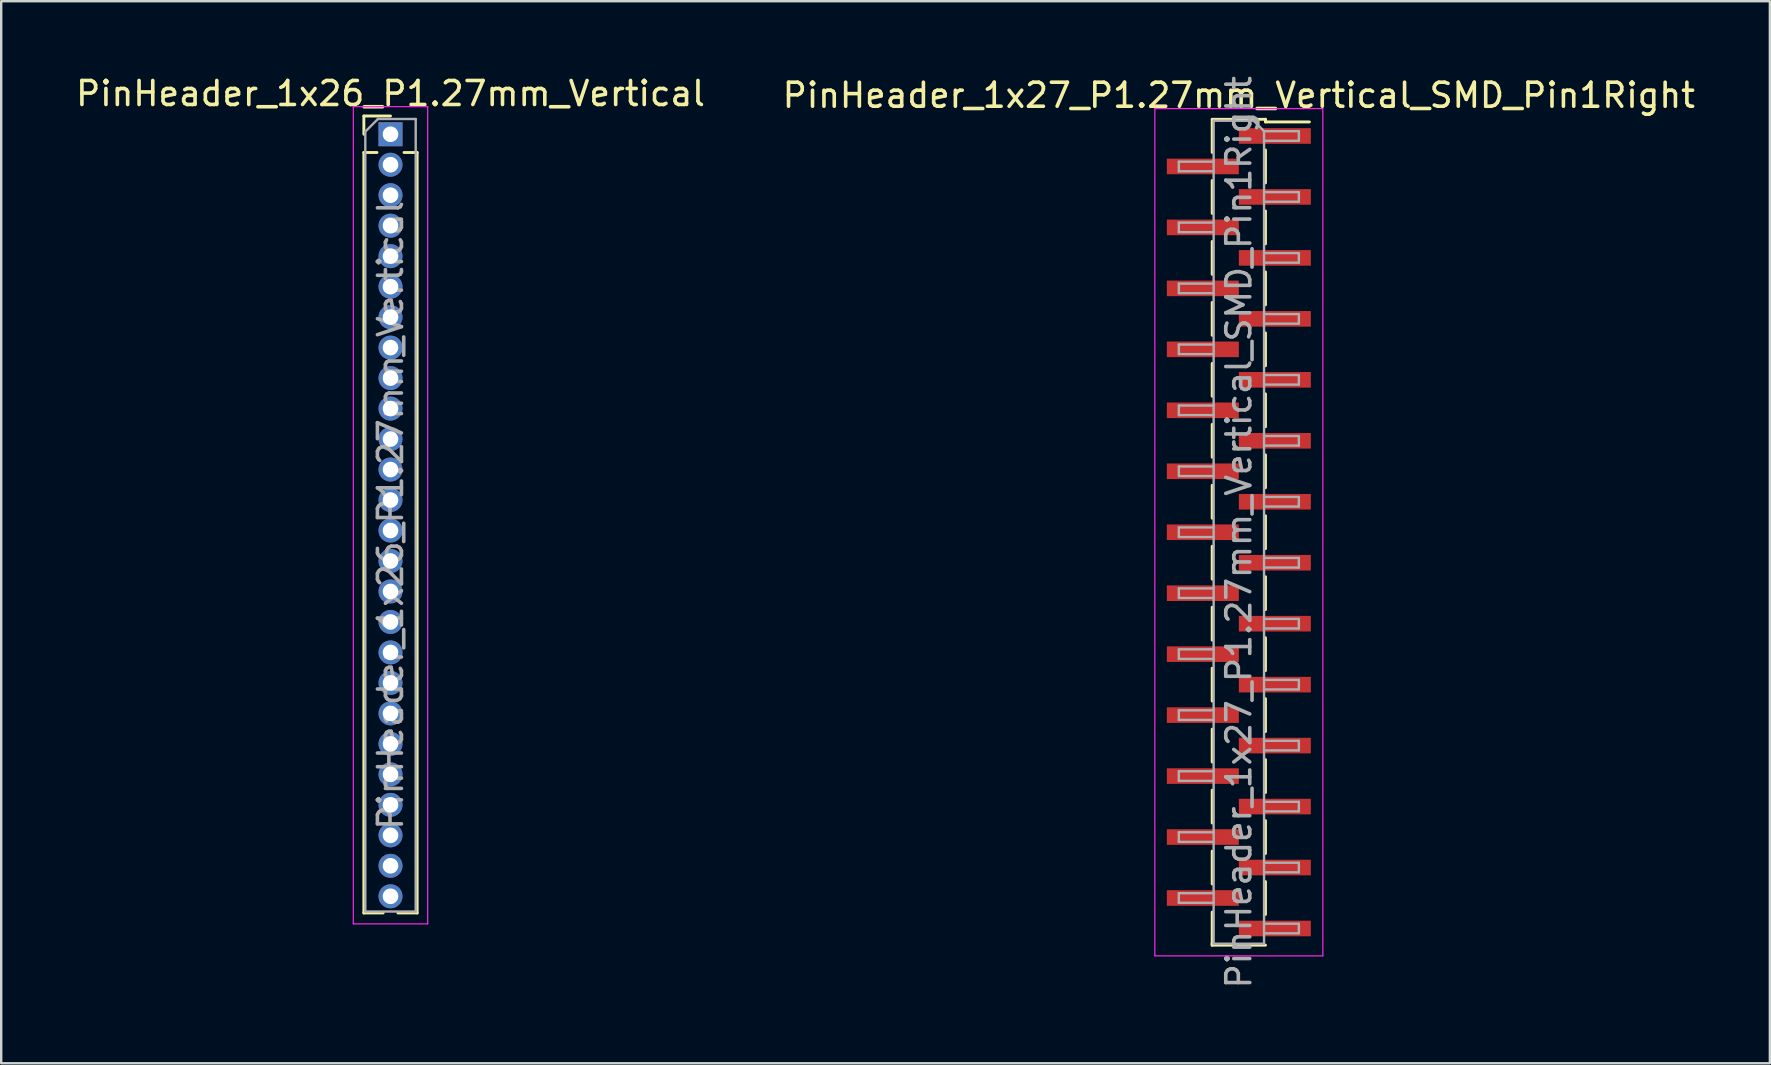
<source format=kicad_pcb>
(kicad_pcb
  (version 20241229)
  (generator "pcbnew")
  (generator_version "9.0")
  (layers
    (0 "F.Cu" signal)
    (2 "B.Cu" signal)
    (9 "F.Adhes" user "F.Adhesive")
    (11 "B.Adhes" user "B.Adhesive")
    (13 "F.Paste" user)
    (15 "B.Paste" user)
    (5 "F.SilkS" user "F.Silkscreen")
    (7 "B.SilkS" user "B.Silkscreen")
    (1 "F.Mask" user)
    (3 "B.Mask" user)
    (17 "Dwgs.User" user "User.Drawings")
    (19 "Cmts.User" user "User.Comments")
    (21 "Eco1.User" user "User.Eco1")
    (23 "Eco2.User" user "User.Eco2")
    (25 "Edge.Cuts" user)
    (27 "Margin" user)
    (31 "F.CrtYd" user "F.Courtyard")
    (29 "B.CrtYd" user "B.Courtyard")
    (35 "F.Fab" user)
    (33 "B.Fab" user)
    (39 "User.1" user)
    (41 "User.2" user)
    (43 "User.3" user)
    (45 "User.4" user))
  (footprint "PinHeader_1x26_P1.27mm_Vertical"
    (layer "F.Cu")
    (at 13.22 2.543)
    (property "Reference" "PinHeader_1x26_P1.27mm_Vertical" (at 0 -1.695 0) (layer "F.SilkS") (effects (font (size 1 1) (thickness 0.15))))
    (attr through_hole)
    (fp_line (start -1.11 -0.76) (end 0 -0.76) (stroke (width 0.12) (type solid)) (layer "F.SilkS"))
    (fp_line (start -1.11 0) (end -1.11 -0.76) (stroke (width 0.12) (type solid)) (layer "F.SilkS"))
    (fp_line (start -1.11 0.76) (end -1.11 32.445) (stroke (width 0.12) (type solid)) (layer "F.SilkS"))
    (fp_line (start -1.11 0.76) (end -0.563 0.76) (stroke (width 0.12) (type solid)) (layer "F.SilkS"))
    (fp_line (start -1.11 32.445) (end -0.308 32.445) (stroke (width 0.12) (type solid)) (layer "F.SilkS"))
    (fp_line (start 0.308 32.445) (end 1.11 32.445) (stroke (width 0.12) (type solid)) (layer "F.SilkS"))
    (fp_line (start 0.563 0.76) (end 1.11 0.76) (stroke (width 0.12) (type solid)) (layer "F.SilkS"))
    (fp_line (start 1.11 0.76) (end 1.11 32.445) (stroke (width 0.12) (type solid)) (layer "F.SilkS"))
    (fp_line (start -1.55 -1.15) (end -1.55 32.9) (stroke (width 0.05) (type solid)) (layer "F.CrtYd"))
    (fp_line (start -1.55 32.9) (end 1.55 32.9) (stroke (width 0.05) (type solid)) (layer "F.CrtYd"))
    (fp_line (start 1.55 -1.15) (end -1.55 -1.15) (stroke (width 0.05) (type solid)) (layer "F.CrtYd"))
    (fp_line (start 1.55 32.9) (end 1.55 -1.15) (stroke (width 0.05) (type solid)) (layer "F.CrtYd"))
    (fp_line (start -1.05 -0.11) (end -0.525 -0.635) (stroke (width 0.1) (type solid)) (layer "F.Fab"))
    (fp_line (start -1.05 32.385) (end -1.05 -0.11) (stroke (width 0.1) (type solid)) (layer "F.Fab"))
    (fp_line (start -0.525 -0.635) (end 1.05 -0.635) (stroke (width 0.1) (type solid)) (layer "F.Fab"))
    (fp_line (start 1.05 -0.635) (end 1.05 32.385) (stroke (width 0.1) (type solid)) (layer "F.Fab"))
    (fp_line (start 1.05 32.385) (end -1.05 32.385) (stroke (width 0.1) (type solid)) (layer "F.Fab"))
    (fp_text user "${REFERENCE}" (at 0 15.875 90) (layer "F.Fab") (effects (font (size 1 1) (thickness 0.15))))
    (pad "1" thru_hole rect (at 0 0) (size 1 1) (drill 0.65) (layers "*.Cu" "*.Mask"))
    (pad "2" thru_hole oval (at 0 1.27) (size 1 1) (drill 0.65) (layers "*.Cu" "*.Mask"))
    (pad "3" thru_hole oval (at 0 2.54) (size 1 1) (drill 0.65) (layers "*.Cu" "*.Mask"))
    (pad "4" thru_hole oval (at 0 3.81) (size 1 1) (drill 0.65) (layers "*.Cu" "*.Mask"))
    (pad "5" thru_hole oval (at 0 5.08) (size 1 1) (drill 0.65) (layers "*.Cu" "*.Mask"))
    (pad "6" thru_hole oval (at 0 6.35) (size 1 1) (drill 0.65) (layers "*.Cu" "*.Mask"))
    (pad "7" thru_hole oval (at 0 7.62) (size 1 1) (drill 0.65) (layers "*.Cu" "*.Mask"))
    (pad "8" thru_hole oval (at 0 8.89) (size 1 1) (drill 0.65) (layers "*.Cu" "*.Mask"))
    (pad "9" thru_hole oval (at 0 10.16) (size 1 1) (drill 0.65) (layers "*.Cu" "*.Mask"))
    (pad "10" thru_hole oval (at 0 11.43) (size 1 1) (drill 0.65) (layers "*.Cu" "*.Mask"))
    (pad "11" thru_hole oval (at 0 12.7) (size 1 1) (drill 0.65) (layers "*.Cu" "*.Mask"))
    (pad "12" thru_hole oval (at 0 13.97) (size 1 1) (drill 0.65) (layers "*.Cu" "*.Mask"))
    (pad "13" thru_hole oval (at 0 15.24) (size 1 1) (drill 0.65) (layers "*.Cu" "*.Mask"))
    (pad "14" thru_hole oval (at 0 16.51) (size 1 1) (drill 0.65) (layers "*.Cu" "*.Mask"))
    (pad "15" thru_hole oval (at 0 17.78) (size 1 1) (drill 0.65) (layers "*.Cu" "*.Mask"))
    (pad "16" thru_hole oval (at 0 19.05) (size 1 1) (drill 0.65) (layers "*.Cu" "*.Mask"))
    (pad "17" thru_hole oval (at 0 20.32) (size 1 1) (drill 0.65) (layers "*.Cu" "*.Mask"))
    (pad "18" thru_hole oval (at 0 21.59) (size 1 1) (drill 0.65) (layers "*.Cu" "*.Mask"))
    (pad "19" thru_hole oval (at 0 22.86) (size 1 1) (drill 0.65) (layers "*.Cu" "*.Mask"))
    (pad "20" thru_hole oval (at 0 24.13) (size 1 1) (drill 0.65) (layers "*.Cu" "*.Mask"))
    (pad "21" thru_hole oval (at 0 25.4) (size 1 1) (drill 0.65) (layers "*.Cu" "*.Mask"))
    (pad "22" thru_hole oval (at 0 26.67) (size 1 1) (drill 0.65) (layers "*.Cu" "*.Mask"))
    (pad "23" thru_hole oval (at 0 27.94) (size 1 1) (drill 0.65) (layers "*.Cu" "*.Mask"))
    (pad "24" thru_hole oval (at 0 29.21) (size 1 1) (drill 0.65) (layers "*.Cu" "*.Mask"))
    (pad "25" thru_hole oval (at 0 30.48) (size 1 1) (drill 0.65) (layers "*.Cu" "*.Mask"))
    (pad "26" thru_hole oval (at 0 31.75) (size 1 1) (drill 0.65) (layers "*.Cu" "*.Mask")))
  (footprint "PinHeader_1x27_P1.27mm_Vertical_SMD_Pin1Right"
    (layer "F.Cu")
    (at 48.565 19.125)
    (property "Reference" "PinHeader_1x27_P1.27mm_Vertical_SMD_Pin1Right" (at 0 -18.205 0) (layer "F.SilkS") (effects (font (size 1 1) (thickness 0.15))))
    (attr smd)
    (fp_line (start -1.11 -17.205) (end 1.11 -17.205) (stroke (width 0.12) (type solid)) (layer "F.SilkS"))
    (fp_line (start -1.11 -17.195) (end -1.11 -15.825) (stroke (width 0.12) (type solid)) (layer "F.SilkS"))
    (fp_line (start -1.11 -14.655) (end -1.11 -13.285) (stroke (width 0.12) (type solid)) (layer "F.SilkS"))
    (fp_line (start -1.11 -12.115) (end -1.11 -10.745) (stroke (width 0.12) (type solid)) (layer "F.SilkS"))
    (fp_line (start -1.11 -9.575) (end -1.11 -8.205) (stroke (width 0.12) (type solid)) (layer "F.SilkS"))
    (fp_line (start -1.11 -7.035) (end -1.11 -5.665) (stroke (width 0.12) (type solid)) (layer "F.SilkS"))
    (fp_line (start -1.11 -4.495) (end -1.11 -3.125) (stroke (width 0.12) (type solid)) (layer "F.SilkS"))
    (fp_line (start -1.11 -1.955) (end -1.11 -0.585) (stroke (width 0.12) (type solid)) (layer "F.SilkS"))
    (fp_line (start -1.11 0.585) (end -1.11 1.955) (stroke (width 0.12) (type solid)) (layer "F.SilkS"))
    (fp_line (start -1.11 3.125) (end -1.11 4.495) (stroke (width 0.12) (type solid)) (layer "F.SilkS"))
    (fp_line (start -1.11 5.665) (end -1.11 7.035) (stroke (width 0.12) (type solid)) (layer "F.SilkS"))
    (fp_line (start -1.11 8.205) (end -1.11 9.575) (stroke (width 0.12) (type solid)) (layer "F.SilkS"))
    (fp_line (start -1.11 10.745) (end -1.11 12.115) (stroke (width 0.12) (type solid)) (layer "F.SilkS"))
    (fp_line (start -1.11 13.285) (end -1.11 14.655) (stroke (width 0.12) (type solid)) (layer "F.SilkS"))
    (fp_line (start -1.11 15.825) (end -1.11 17.195) (stroke (width 0.12) (type solid)) (layer "F.SilkS"))
    (fp_line (start -1.11 17.095) (end -1.11 17.205) (stroke (width 0.12) (type solid)) (layer "F.SilkS"))
    (fp_line (start -1.11 17.205) (end 1.11 17.205) (stroke (width 0.12) (type solid)) (layer "F.SilkS"))
    (fp_line (start 1.11 -17.205) (end 1.11 -17.095) (stroke (width 0.12) (type solid)) (layer "F.SilkS"))
    (fp_line (start 1.11 -17.095) (end 2.94 -17.095) (stroke (width 0.12) (type solid)) (layer "F.SilkS"))
    (fp_line (start 1.11 -15.925) (end 1.11 -14.555) (stroke (width 0.12) (type solid)) (layer "F.SilkS"))
    (fp_line (start 1.11 -13.385) (end 1.11 -12.015) (stroke (width 0.12) (type solid)) (layer "F.SilkS"))
    (fp_line (start 1.11 -10.845) (end 1.11 -9.475) (stroke (width 0.12) (type solid)) (layer "F.SilkS"))
    (fp_line (start 1.11 -8.305) (end 1.11 -6.935) (stroke (width 0.12) (type solid)) (layer "F.SilkS"))
    (fp_line (start 1.11 -5.765) (end 1.11 -4.395) (stroke (width 0.12) (type solid)) (layer "F.SilkS"))
    (fp_line (start 1.11 -3.225) (end 1.11 -1.855) (stroke (width 0.12) (type solid)) (layer "F.SilkS"))
    (fp_line (start 1.11 -0.685) (end 1.11 0.685) (stroke (width 0.12) (type solid)) (layer "F.SilkS"))
    (fp_line (start 1.11 1.855) (end 1.11 3.225) (stroke (width 0.12) (type solid)) (layer "F.SilkS"))
    (fp_line (start 1.11 4.395) (end 1.11 5.765) (stroke (width 0.12) (type solid)) (layer "F.SilkS"))
    (fp_line (start 1.11 6.935) (end 1.11 8.305) (stroke (width 0.12) (type solid)) (layer "F.SilkS"))
    (fp_line (start 1.11 9.475) (end 1.11 10.845) (stroke (width 0.12) (type solid)) (layer "F.SilkS"))
    (fp_line (start 1.11 12.015) (end 1.11 13.385) (stroke (width 0.12) (type solid)) (layer "F.SilkS"))
    (fp_line (start 1.11 14.555) (end 1.11 15.925) (stroke (width 0.12) (type solid)) (layer "F.SilkS"))
    (fp_line (start -3.5 -17.65) (end -3.5 17.65) (stroke (width 0.05) (type solid)) (layer "F.CrtYd"))
    (fp_line (start -3.5 17.65) (end 3.5 17.65) (stroke (width 0.05) (type solid)) (layer "F.CrtYd"))
    (fp_line (start 3.5 -17.65) (end -3.5 -17.65) (stroke (width 0.05) (type solid)) (layer "F.CrtYd"))
    (fp_line (start 3.5 17.65) (end 3.5 -17.65) (stroke (width 0.05) (type solid)) (layer "F.CrtYd"))
    (fp_line (start -2.5 -15.44) (end -2.5 -15.04) (stroke (width 0.1) (type solid)) (layer "F.Fab"))
    (fp_line (start -2.5 -15.04) (end -1.05 -15.04) (stroke (width 0.1) (type solid)) (layer "F.Fab"))
    (fp_line (start -2.5 -12.9) (end -2.5 -12.5) (stroke (width 0.1) (type solid)) (layer "F.Fab"))
    (fp_line (start -2.5 -12.5) (end -1.05 -12.5) (stroke (width 0.1) (type solid)) (layer "F.Fab"))
    (fp_line (start -2.5 -10.36) (end -2.5 -9.96) (stroke (width 0.1) (type solid)) (layer "F.Fab"))
    (fp_line (start -2.5 -9.96) (end -1.05 -9.96) (stroke (width 0.1) (type solid)) (layer "F.Fab"))
    (fp_line (start -2.5 -7.82) (end -2.5 -7.42) (stroke (width 0.1) (type solid)) (layer "F.Fab"))
    (fp_line (start -2.5 -7.42) (end -1.05 -7.42) (stroke (width 0.1) (type solid)) (layer "F.Fab"))
    (fp_line (start -2.5 -5.28) (end -2.5 -4.88) (stroke (width 0.1) (type solid)) (layer "F.Fab"))
    (fp_line (start -2.5 -4.88) (end -1.05 -4.88) (stroke (width 0.1) (type solid)) (layer "F.Fab"))
    (fp_line (start -2.5 -2.74) (end -2.5 -2.34) (stroke (width 0.1) (type solid)) (layer "F.Fab"))
    (fp_line (start -2.5 -2.34) (end -1.05 -2.34) (stroke (width 0.1) (type solid)) (layer "F.Fab"))
    (fp_line (start -2.5 -0.2) (end -2.5 0.2) (stroke (width 0.1) (type solid)) (layer "F.Fab"))
    (fp_line (start -2.5 0.2) (end -1.05 0.2) (stroke (width 0.1) (type solid)) (layer "F.Fab"))
    (fp_line (start -2.5 2.34) (end -2.5 2.74) (stroke (width 0.1) (type solid)) (layer "F.Fab"))
    (fp_line (start -2.5 2.74) (end -1.05 2.74) (stroke (width 0.1) (type solid)) (layer "F.Fab"))
    (fp_line (start -2.5 4.88) (end -2.5 5.28) (stroke (width 0.1) (type solid)) (layer "F.Fab"))
    (fp_line (start -2.5 5.28) (end -1.05 5.28) (stroke (width 0.1) (type solid)) (layer "F.Fab"))
    (fp_line (start -2.5 7.42) (end -2.5 7.82) (stroke (width 0.1) (type solid)) (layer "F.Fab"))
    (fp_line (start -2.5 7.82) (end -1.05 7.82) (stroke (width 0.1) (type solid)) (layer "F.Fab"))
    (fp_line (start -2.5 9.96) (end -2.5 10.36) (stroke (width 0.1) (type solid)) (layer "F.Fab"))
    (fp_line (start -2.5 10.36) (end -1.05 10.36) (stroke (width 0.1) (type solid)) (layer "F.Fab"))
    (fp_line (start -2.5 12.5) (end -2.5 12.9) (stroke (width 0.1) (type solid)) (layer "F.Fab"))
    (fp_line (start -2.5 12.9) (end -1.05 12.9) (stroke (width 0.1) (type solid)) (layer "F.Fab"))
    (fp_line (start -2.5 15.04) (end -2.5 15.44) (stroke (width 0.1) (type solid)) (layer "F.Fab"))
    (fp_line (start -2.5 15.44) (end -1.05 15.44) (stroke (width 0.1) (type solid)) (layer "F.Fab"))
    (fp_line (start -1.05 -17.145) (end -1.05 17.145) (stroke (width 0.1) (type solid)) (layer "F.Fab"))
    (fp_line (start -1.05 -17.145) (end 0.615 -17.145) (stroke (width 0.1) (type solid)) (layer "F.Fab"))
    (fp_line (start -1.05 -15.44) (end -2.5 -15.44) (stroke (width 0.1) (type solid)) (layer "F.Fab"))
    (fp_line (start -1.05 -12.9) (end -2.5 -12.9) (stroke (width 0.1) (type solid)) (layer "F.Fab"))
    (fp_line (start -1.05 -10.36) (end -2.5 -10.36) (stroke (width 0.1) (type solid)) (layer "F.Fab"))
    (fp_line (start -1.05 -7.82) (end -2.5 -7.82) (stroke (width 0.1) (type solid)) (layer "F.Fab"))
    (fp_line (start -1.05 -5.28) (end -2.5 -5.28) (stroke (width 0.1) (type solid)) (layer "F.Fab"))
    (fp_line (start -1.05 -2.74) (end -2.5 -2.74) (stroke (width 0.1) (type solid)) (layer "F.Fab"))
    (fp_line (start -1.05 -0.2) (end -2.5 -0.2) (stroke (width 0.1) (type solid)) (layer "F.Fab"))
    (fp_line (start -1.05 2.34) (end -2.5 2.34) (stroke (width 0.1) (type solid)) (layer "F.Fab"))
    (fp_line (start -1.05 4.88) (end -2.5 4.88) (stroke (width 0.1) (type solid)) (layer "F.Fab"))
    (fp_line (start -1.05 7.42) (end -2.5 7.42) (stroke (width 0.1) (type solid)) (layer "F.Fab"))
    (fp_line (start -1.05 9.96) (end -2.5 9.96) (stroke (width 0.1) (type solid)) (layer "F.Fab"))
    (fp_line (start -1.05 12.5) (end -2.5 12.5) (stroke (width 0.1) (type solid)) (layer "F.Fab"))
    (fp_line (start -1.05 15.04) (end -2.5 15.04) (stroke (width 0.1) (type solid)) (layer "F.Fab"))
    (fp_line (start 1.05 -16.71) (end 0.615 -17.145) (stroke (width 0.1) (type solid)) (layer "F.Fab"))
    (fp_line (start 1.05 -16.71) (end 2.5 -16.71) (stroke (width 0.1) (type solid)) (layer "F.Fab"))
    (fp_line (start 1.05 -14.17) (end 2.5 -14.17) (stroke (width 0.1) (type solid)) (layer "F.Fab"))
    (fp_line (start 1.05 -11.63) (end 2.5 -11.63) (stroke (width 0.1) (type solid)) (layer "F.Fab"))
    (fp_line (start 1.05 -9.09) (end 2.5 -9.09) (stroke (width 0.1) (type solid)) (layer "F.Fab"))
    (fp_line (start 1.05 -6.55) (end 2.5 -6.55) (stroke (width 0.1) (type solid)) (layer "F.Fab"))
    (fp_line (start 1.05 -4.01) (end 2.5 -4.01) (stroke (width 0.1) (type solid)) (layer "F.Fab"))
    (fp_line (start 1.05 -1.47) (end 2.5 -1.47) (stroke (width 0.1) (type solid)) (layer "F.Fab"))
    (fp_line (start 1.05 1.07) (end 2.5 1.07) (stroke (width 0.1) (type solid)) (layer "F.Fab"))
    (fp_line (start 1.05 3.61) (end 2.5 3.61) (stroke (width 0.1) (type solid)) (layer "F.Fab"))
    (fp_line (start 1.05 6.15) (end 2.5 6.15) (stroke (width 0.1) (type solid)) (layer "F.Fab"))
    (fp_line (start 1.05 8.69) (end 2.5 8.69) (stroke (width 0.1) (type solid)) (layer "F.Fab"))
    (fp_line (start 1.05 11.23) (end 2.5 11.23) (stroke (width 0.1) (type solid)) (layer "F.Fab"))
    (fp_line (start 1.05 13.77) (end 2.5 13.77) (stroke (width 0.1) (type solid)) (layer "F.Fab"))
    (fp_line (start 1.05 16.31) (end 2.5 16.31) (stroke (width 0.1) (type solid)) (layer "F.Fab"))
    (fp_line (start 1.05 17.145) (end -1.05 17.145) (stroke (width 0.1) (type solid)) (layer "F.Fab"))
    (fp_line (start 1.05 17.145) (end 1.05 -16.71) (stroke (width 0.1) (type solid)) (layer "F.Fab"))
    (fp_line (start 2.5 -16.71) (end 2.5 -16.31) (stroke (width 0.1) (type solid)) (layer "F.Fab"))
    (fp_line (start 2.5 -16.31) (end 1.05 -16.31) (stroke (width 0.1) (type solid)) (layer "F.Fab"))
    (fp_line (start 2.5 -14.17) (end 2.5 -13.77) (stroke (width 0.1) (type solid)) (layer "F.Fab"))
    (fp_line (start 2.5 -13.77) (end 1.05 -13.77) (stroke (width 0.1) (type solid)) (layer "F.Fab"))
    (fp_line (start 2.5 -11.63) (end 2.5 -11.23) (stroke (width 0.1) (type solid)) (layer "F.Fab"))
    (fp_line (start 2.5 -11.23) (end 1.05 -11.23) (stroke (width 0.1) (type solid)) (layer "F.Fab"))
    (fp_line (start 2.5 -9.09) (end 2.5 -8.69) (stroke (width 0.1) (type solid)) (layer "F.Fab"))
    (fp_line (start 2.5 -8.69) (end 1.05 -8.69) (stroke (width 0.1) (type solid)) (layer "F.Fab"))
    (fp_line (start 2.5 -6.55) (end 2.5 -6.15) (stroke (width 0.1) (type solid)) (layer "F.Fab"))
    (fp_line (start 2.5 -6.15) (end 1.05 -6.15) (stroke (width 0.1) (type solid)) (layer "F.Fab"))
    (fp_line (start 2.5 -4.01) (end 2.5 -3.61) (stroke (width 0.1) (type solid)) (layer "F.Fab"))
    (fp_line (start 2.5 -3.61) (end 1.05 -3.61) (stroke (width 0.1) (type solid)) (layer "F.Fab"))
    (fp_line (start 2.5 -1.47) (end 2.5 -1.07) (stroke (width 0.1) (type solid)) (layer "F.Fab"))
    (fp_line (start 2.5 -1.07) (end 1.05 -1.07) (stroke (width 0.1) (type solid)) (layer "F.Fab"))
    (fp_line (start 2.5 1.07) (end 2.5 1.47) (stroke (width 0.1) (type solid)) (layer "F.Fab"))
    (fp_line (start 2.5 1.47) (end 1.05 1.47) (stroke (width 0.1) (type solid)) (layer "F.Fab"))
    (fp_line (start 2.5 3.61) (end 2.5 4.01) (stroke (width 0.1) (type solid)) (layer "F.Fab"))
    (fp_line (start 2.5 4.01) (end 1.05 4.01) (stroke (width 0.1) (type solid)) (layer "F.Fab"))
    (fp_line (start 2.5 6.15) (end 2.5 6.55) (stroke (width 0.1) (type solid)) (layer "F.Fab"))
    (fp_line (start 2.5 6.55) (end 1.05 6.55) (stroke (width 0.1) (type solid)) (layer "F.Fab"))
    (fp_line (start 2.5 8.69) (end 2.5 9.09) (stroke (width 0.1) (type solid)) (layer "F.Fab"))
    (fp_line (start 2.5 9.09) (end 1.05 9.09) (stroke (width 0.1) (type solid)) (layer "F.Fab"))
    (fp_line (start 2.5 11.23) (end 2.5 11.63) (stroke (width 0.1) (type solid)) (layer "F.Fab"))
    (fp_line (start 2.5 11.63) (end 1.05 11.63) (stroke (width 0.1) (type solid)) (layer "F.Fab"))
    (fp_line (start 2.5 13.77) (end 2.5 14.17) (stroke (width 0.1) (type solid)) (layer "F.Fab"))
    (fp_line (start 2.5 14.17) (end 1.05 14.17) (stroke (width 0.1) (type solid)) (layer "F.Fab"))
    (fp_line (start 2.5 16.31) (end 2.5 16.71) (stroke (width 0.1) (type solid)) (layer "F.Fab"))
    (fp_line (start 2.5 16.71) (end 1.05 16.71) (stroke (width 0.1) (type solid)) (layer "F.Fab"))
    (fp_text user "${REFERENCE}" (at 0 0 90) (layer "F.Fab") (effects (font (size 1 1) (thickness 0.15))))
    (pad "1" smd rect (at 1.5 -16.51) (size 3 0.65) (layers "F.Cu" "F.Mask" "F.Paste"))
    (pad "2" smd rect (at -1.5 -15.24) (size 3 0.65) (layers "F.Cu" "F.Mask" "F.Paste"))
    (pad "3" smd rect (at 1.5 -13.97) (size 3 0.65) (layers "F.Cu" "F.Mask" "F.Paste"))
    (pad "4" smd rect (at -1.5 -12.7) (size 3 0.65) (layers "F.Cu" "F.Mask" "F.Paste"))
    (pad "5" smd rect (at 1.5 -11.43) (size 3 0.65) (layers "F.Cu" "F.Mask" "F.Paste"))
    (pad "6" smd rect (at -1.5 -10.16) (size 3 0.65) (layers "F.Cu" "F.Mask" "F.Paste"))
    (pad "7" smd rect (at 1.5 -8.89) (size 3 0.65) (layers "F.Cu" "F.Mask" "F.Paste"))
    (pad "8" smd rect (at -1.5 -7.62) (size 3 0.65) (layers "F.Cu" "F.Mask" "F.Paste"))
    (pad "9" smd rect (at 1.5 -6.35) (size 3 0.65) (layers "F.Cu" "F.Mask" "F.Paste"))
    (pad "10" smd rect (at -1.5 -5.08) (size 3 0.65) (layers "F.Cu" "F.Mask" "F.Paste"))
    (pad "11" smd rect (at 1.5 -3.81) (size 3 0.65) (layers "F.Cu" "F.Mask" "F.Paste"))
    (pad "12" smd rect (at -1.5 -2.54) (size 3 0.65) (layers "F.Cu" "F.Mask" "F.Paste"))
    (pad "13" smd rect (at 1.5 -1.27) (size 3 0.65) (layers "F.Cu" "F.Mask" "F.Paste"))
    (pad "14" smd rect (at -1.5 0) (size 3 0.65) (layers "F.Cu" "F.Mask" "F.Paste"))
    (pad "15" smd rect (at 1.5 1.27) (size 3 0.65) (layers "F.Cu" "F.Mask" "F.Paste"))
    (pad "16" smd rect (at -1.5 2.54) (size 3 0.65) (layers "F.Cu" "F.Mask" "F.Paste"))
    (pad "17" smd rect (at 1.5 3.81) (size 3 0.65) (layers "F.Cu" "F.Mask" "F.Paste"))
    (pad "18" smd rect (at -1.5 5.08) (size 3 0.65) (layers "F.Cu" "F.Mask" "F.Paste"))
    (pad "19" smd rect (at 1.5 6.35) (size 3 0.65) (layers "F.Cu" "F.Mask" "F.Paste"))
    (pad "20" smd rect (at -1.5 7.62) (size 3 0.65) (layers "F.Cu" "F.Mask" "F.Paste"))
    (pad "21" smd rect (at 1.5 8.89) (size 3 0.65) (layers "F.Cu" "F.Mask" "F.Paste"))
    (pad "22" smd rect (at -1.5 10.16) (size 3 0.65) (layers "F.Cu" "F.Mask" "F.Paste"))
    (pad "23" smd rect (at 1.5 11.43) (size 3 0.65) (layers "F.Cu" "F.Mask" "F.Paste"))
    (pad "24" smd rect (at -1.5 12.7) (size 3 0.65) (layers "F.Cu" "F.Mask" "F.Paste"))
    (pad "25" smd rect (at 1.5 13.97) (size 3 0.65) (layers "F.Cu" "F.Mask" "F.Paste"))
    (pad "26" smd rect (at -1.5 15.24) (size 3 0.65) (layers "F.Cu" "F.Mask" "F.Paste"))
    (pad "27" smd rect (at 1.5 16.51) (size 3 0.65) (layers "F.Cu" "F.Mask" "F.Paste")))
  (gr_rect
    (start -3 -3)
    (end 70.69 41.25)
    (stroke (width 0.1) (type default))
    (fill no)
    (layer "Edge.Cuts")))
</source>
